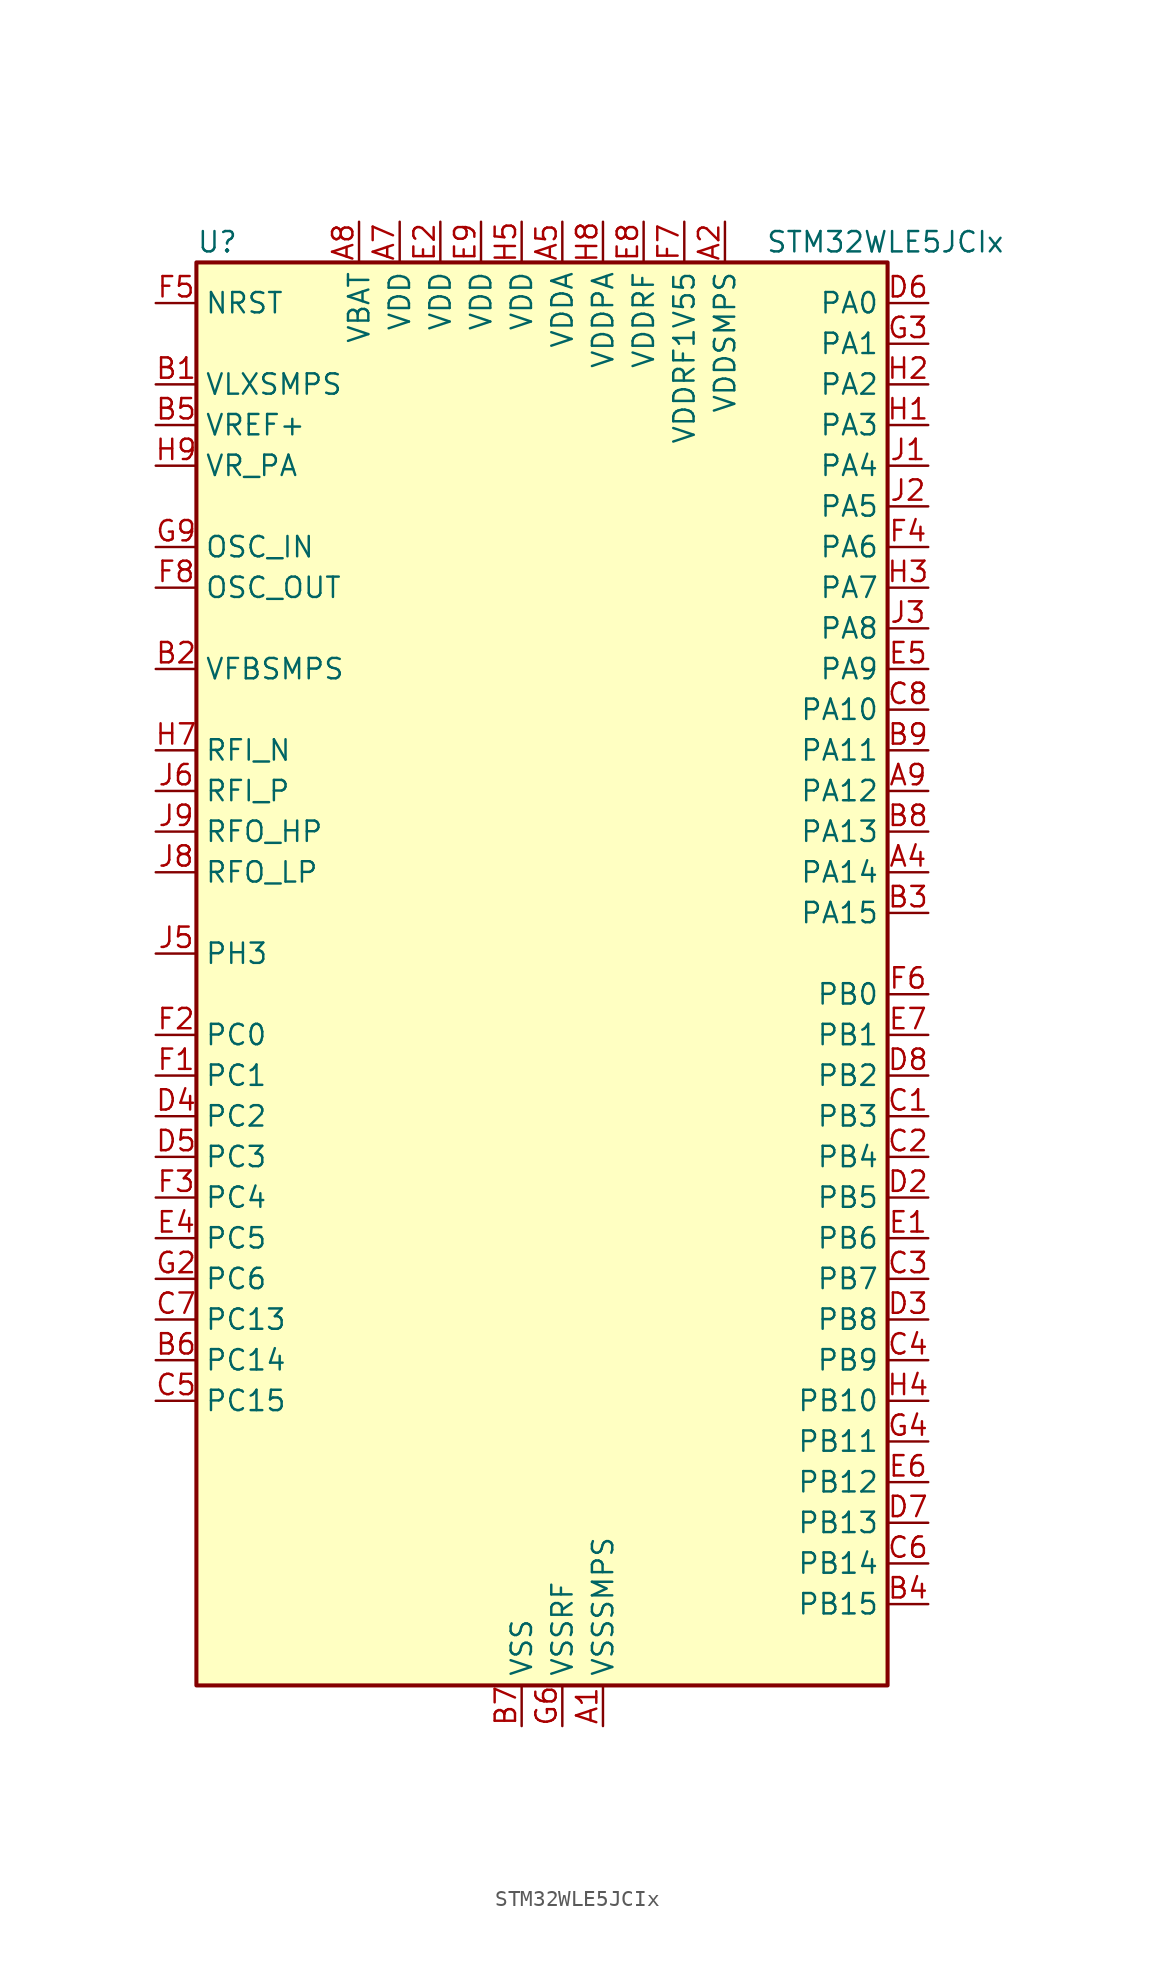
<source format=kicad_sym>
(kicad_symbol_lib
  (version 20231120)
  (generator "kicad_symbol_editor")
  (generator_version "8.0")
  (symbol "STM32WLE5JCIx"
    (property "Reference" "U"
      (at -20.32 46.99 0)
      (effects (font (size 1.27 1.27)) (justify left)))
    (property "Value" "STM32WLE5JCIx"
      (at 15.24 46.99 0)
      (effects (font (size 1.27 1.27)) (justify left)))
    (property "ki_locked" ""
      (at 0 0 0)
      (effects (font (size 1.27 1.27))))
    (symbol "STM32WLE5JCIx_0_1"
      (rectangle (start -20.32 -43.18) (end 22.86 45.72) (stroke (width 0.254) (type default)) (fill (type background))))
    (symbol "STM32WLE5JCIx_1_1"
      (pin power_in line (at 5.08 -45.72 90) (length 2.54) (name "VSSSMPS" (effects (font (size 1.27 1.27)))) (number "A1" (effects (font (size 1.27 1.27)))))
      (pin power_in line (at 12.7 48.26 270) (length 2.54) (name "VDDSMPS" (effects (font (size 1.27 1.27)))) (number "A2" (effects (font (size 1.27 1.27)))))
      (pin bidirectional line (at 25.4 7.62 180) (length 2.54) (name "PA14" (effects (font (size 1.27 1.27)))) (number "A4" (effects (font (size 1.27 1.27)))) (alternate "ADC_IN10" bidirectional line) (alternate "DEBUG_JTCK-SWCLK" bidirectional line) (alternate "I2C1_SMBA" bidirectional line) (alternate "LPTIM1_OUT" bidirectional line))
      (pin power_in line (at 2.54 48.26 270) (length 2.54) (name "VDDA" (effects (font (size 1.27 1.27)))) (number "A5" (effects (font (size 1.27 1.27)))))
      (pin power_in line (at -7.62 48.26 270) (length 2.54) (name "VDD" (effects (font (size 1.27 1.27)))) (number "A7" (effects (font (size 1.27 1.27)))))
      (pin power_in line (at -10.16 48.26 270) (length 2.54) (name "VBAT" (effects (font (size 1.27 1.27)))) (number "A8" (effects (font (size 1.27 1.27)))))
      (pin bidirectional line (at 25.4 12.7 180) (length 2.54) (name "PA12" (effects (font (size 1.27 1.27)))) (number "A9" (effects (font (size 1.27 1.27)))) (alternate "ADC_IN8" bidirectional line) (alternate "DEBUG_RF-BUSY" bidirectional line) (alternate "I2C2_SCL" bidirectional line) (alternate "LPTIM3_IN1" bidirectional line) (alternate "SPI1_MOSI" bidirectional line) (alternate "TIM1_ETR" bidirectional line) (alternate "USART1_DE" bidirectional line) (alternate "USART1_RTS" bidirectional line))
      (pin power_in line (at -22.86 38.1 0) (length 2.54) (name "VLXSMPS" (effects (font (size 1.27 1.27)))) (number "B1" (effects (font (size 1.27 1.27)))))
      (pin input line (at -22.86 20.32 0) (length 2.54) (name "VFBSMPS" (effects (font (size 1.27 1.27)))) (number "B2" (effects (font (size 1.27 1.27)))))
      (pin bidirectional line (at 25.4 5.08 180) (length 2.54) (name "PA15" (effects (font (size 1.27 1.27)))) (number "B3" (effects (font (size 1.27 1.27)))) (alternate "ADC_IN11" bidirectional line) (alternate "COMP1_INM" bidirectional line) (alternate "COMP2_INP" bidirectional line) (alternate "DEBUG_JTDI" bidirectional line) (alternate "I2C2_SDA" bidirectional line) (alternate "SPI1_NSS" bidirectional line) (alternate "TIM2_CH1" bidirectional line) (alternate "TIM2_ETR" bidirectional line))
      (pin bidirectional line (at 25.4 -38.1 180) (length 2.54) (name "PB15" (effects (font (size 1.27 1.27)))) (number "B4" (effects (font (size 1.27 1.27)))) (alternate "I2C2_SCL" bidirectional line) (alternate "I2S2_SD" bidirectional line) (alternate "SPI2_MOSI" bidirectional line) (alternate "TIM1_CH3N" bidirectional line))
      (pin input line (at -22.86 35.56 0) (length 2.54) (name "VREF+" (effects (font (size 1.27 1.27)))) (number "B5" (effects (font (size 1.27 1.27)))) (alternate "VREFBUF_OUT" bidirectional line))
      (pin bidirectional line (at -22.86 -22.86 0) (length 2.54) (name "PC14" (effects (font (size 1.27 1.27)))) (number "B6" (effects (font (size 1.27 1.27)))) (alternate "RCC_OSC32_IN" bidirectional line))
      (pin power_in line (at 0 -45.72 90) (length 2.54) (name "VSS" (effects (font (size 1.27 1.27)))) (number "B7" (effects (font (size 1.27 1.27)))))
      (pin bidirectional line (at 25.4 10.16 180) (length 2.54) (name "PA13" (effects (font (size 1.27 1.27)))) (number "B8" (effects (font (size 1.27 1.27)))) (alternate "ADC_IN9" bidirectional line) (alternate "DEBUG_JTMS-SWDIO" bidirectional line) (alternate "I2C2_SMBA" bidirectional line) (alternate "IR_OUT" bidirectional line))
      (pin bidirectional line (at 25.4 15.24 180) (length 2.54) (name "PA11" (effects (font (size 1.27 1.27)))) (number "B9" (effects (font (size 1.27 1.27)))) (alternate "ADC_EXTI11" bidirectional line) (alternate "ADC_IN7" bidirectional line) (alternate "COMP1_INM" bidirectional line) (alternate "COMP2_INM" bidirectional line) (alternate "DEBUG_RF-NRESET" bidirectional line) (alternate "I2C2_SDA" bidirectional line) (alternate "LPTIM3_ETR" bidirectional line) (alternate "SPI1_MISO" bidirectional line) (alternate "TIM1_BKIN2" bidirectional line) (alternate "TIM1_CH4" bidirectional line) (alternate "USART1_CTS" bidirectional line) (alternate "USART1_NSS" bidirectional line))
      (pin bidirectional line (at 25.4 -7.62 180) (length 2.54) (name "PB3" (effects (font (size 1.27 1.27)))) (number "C1" (effects (font (size 1.27 1.27)))) (alternate "ADC_IN2" bidirectional line) (alternate "COMP1_INM" bidirectional line) (alternate "COMP2_INM" bidirectional line) (alternate "DEBUG_JTDO-SWO" bidirectional line) (alternate "DEBUG_RF-DTB1" bidirectional line) (alternate "PWR_WKUP3" bidirectional line) (alternate "RTC_TAMP_IN3" bidirectional line) (alternate "SPI1_SCK" bidirectional line) (alternate "TIM2_CH2" bidirectional line) (alternate "USART1_DE" bidirectional line) (alternate "USART1_RTS" bidirectional line))
      (pin bidirectional line (at 25.4 -10.16 180) (length 2.54) (name "PB4" (effects (font (size 1.27 1.27)))) (number "C2" (effects (font (size 1.27 1.27)))) (alternate "ADC_IN3" bidirectional line) (alternate "COMP1_INP" bidirectional line) (alternate "COMP2_INP" bidirectional line) (alternate "DEBUG_JTRST" bidirectional line) (alternate "DEBUG_RF-LDORDY" bidirectional line) (alternate "I2C3_SDA" bidirectional line) (alternate "SPI1_MISO" bidirectional line) (alternate "TIM17_BKIN" bidirectional line) (alternate "USART1_CTS" bidirectional line) (alternate "USART1_NSS" bidirectional line))
      (pin bidirectional line (at 25.4 -17.78 180) (length 2.54) (name "PB7" (effects (font (size 1.27 1.27)))) (number "C3" (effects (font (size 1.27 1.27)))) (alternate "I2C1_SDA" bidirectional line) (alternate "LPTIM1_IN2" bidirectional line) (alternate "PWR_PVD_IN" bidirectional line) (alternate "TIM17_CH1N" bidirectional line) (alternate "TIM1_BKIN" bidirectional line) (alternate "USART1_RX" bidirectional line))
      (pin bidirectional line (at 25.4 -22.86 180) (length 2.54) (name "PB9" (effects (font (size 1.27 1.27)))) (number "C4" (effects (font (size 1.27 1.27)))) (alternate "DAC_EXTI9" bidirectional line) (alternate "I2C1_SDA" bidirectional line) (alternate "I2S2_WS" bidirectional line) (alternate "IR_OUT" bidirectional line) (alternate "SPI2_NSS" bidirectional line) (alternate "TIM17_CH1" bidirectional line) (alternate "TIM1_CH3N" bidirectional line))
      (pin bidirectional line (at -22.86 -25.4 0) (length 2.54) (name "PC15" (effects (font (size 1.27 1.27)))) (number "C5" (effects (font (size 1.27 1.27)))) (alternate "RCC_OSC32_OUT" bidirectional line))
      (pin bidirectional line (at 25.4 -35.56 180) (length 2.54) (name "PB14" (effects (font (size 1.27 1.27)))) (number "C6" (effects (font (size 1.27 1.27)))) (alternate "ADC_IN1" bidirectional line) (alternate "I2C3_SDA" bidirectional line) (alternate "I2S2_MCK" bidirectional line) (alternate "SPI2_MISO" bidirectional line) (alternate "TIM1_CH2N" bidirectional line))
      (pin bidirectional line (at -22.86 -20.32 0) (length 2.54) (name "PC13" (effects (font (size 1.27 1.27)))) (number "C7" (effects (font (size 1.27 1.27)))) (alternate "PWR_WKUP2" bidirectional line) (alternate "RTC_OUT1" bidirectional line) (alternate "RTC_TAMP_IN1" bidirectional line) (alternate "RTC_TS" bidirectional line))
      (pin bidirectional line (at 25.4 17.78 180) (length 2.54) (name "PA10" (effects (font (size 1.27 1.27)))) (number "C8" (effects (font (size 1.27 1.27)))) (alternate "ADC_IN6" bidirectional line) (alternate "COMP1_INM" bidirectional line) (alternate "COMP2_INM" bidirectional line) (alternate "DAC_OUT1" bidirectional line) (alternate "DEBUG_RF-HSE32RDY" bidirectional line) (alternate "I2C1_SDA" bidirectional line) (alternate "I2S2_SD" bidirectional line) (alternate "RTC_REFIN" bidirectional line) (alternate "SPI2_MOSI" bidirectional line) (alternate "TIM17_BKIN" bidirectional line) (alternate "TIM1_CH3" bidirectional line) (alternate "USART1_RX" bidirectional line))
      (pin bidirectional line (at 25.4 -12.7 180) (length 2.54) (name "PB5" (effects (font (size 1.27 1.27)))) (number "D2" (effects (font (size 1.27 1.27)))) (alternate "COMP2_OUT" bidirectional line) (alternate "I2C1_SMBA" bidirectional line) (alternate "LPTIM1_IN1" bidirectional line) (alternate "SPI1_MOSI" bidirectional line) (alternate "TIM16_BKIN" bidirectional line) (alternate "USART1_CK" bidirectional line))
      (pin bidirectional line (at 25.4 -20.32 180) (length 2.54) (name "PB8" (effects (font (size 1.27 1.27)))) (number "D3" (effects (font (size 1.27 1.27)))) (alternate "I2C1_SCL" bidirectional line) (alternate "TIM16_CH1" bidirectional line) (alternate "TIM1_CH2N" bidirectional line))
      (pin bidirectional line (at -22.86 -7.62 0) (length 2.54) (name "PC2" (effects (font (size 1.27 1.27)))) (number "D4" (effects (font (size 1.27 1.27)))) (alternate "LPTIM1_IN2" bidirectional line) (alternate "SPI2_MISO" bidirectional line))
      (pin bidirectional line (at -22.86 -10.16 0) (length 2.54) (name "PC3" (effects (font (size 1.27 1.27)))) (number "D5" (effects (font (size 1.27 1.27)))) (alternate "I2S2_SD" bidirectional line) (alternate "LPTIM1_ETR" bidirectional line) (alternate "LPTIM2_ETR" bidirectional line) (alternate "SPI2_MOSI" bidirectional line))
      (pin bidirectional line (at 25.4 43.18 180) (length 2.54) (name "PA0" (effects (font (size 1.27 1.27)))) (number "D6" (effects (font (size 1.27 1.27)))) (alternate "COMP1_OUT" bidirectional line) (alternate "DEBUG_PWR-REGLP1S" bidirectional line) (alternate "I2C3_SMBA" bidirectional line) (alternate "I2S_CKIN" bidirectional line) (alternate "PWR_WKUP1" bidirectional line) (alternate "RTC_TAMP_IN2" bidirectional line) (alternate "TIM2_CH1" bidirectional line) (alternate "TIM2_ETR" bidirectional line) (alternate "USART2_CTS" bidirectional line) (alternate "USART2_NSS" bidirectional line))
      (pin bidirectional line (at 25.4 -33.02 180) (length 2.54) (name "PB13" (effects (font (size 1.27 1.27)))) (number "D7" (effects (font (size 1.27 1.27)))) (alternate "ADC_IN0" bidirectional line) (alternate "I2C3_SCL" bidirectional line) (alternate "I2S2_CK" bidirectional line) (alternate "LPUART1_CTS" bidirectional line) (alternate "SPI2_SCK" bidirectional line) (alternate "TIM1_CH1N" bidirectional line))
      (pin bidirectional line (at 25.4 -5.08 180) (length 2.54) (name "PB2" (effects (font (size 1.27 1.27)))) (number "D8" (effects (font (size 1.27 1.27)))) (alternate "ADC_IN4" bidirectional line) (alternate "COMP1_INP" bidirectional line) (alternate "COMP2_INM" bidirectional line) (alternate "DEBUG_RF-SMPSRDY" bidirectional line) (alternate "I2C3_SMBA" bidirectional line) (alternate "LPTIM1_OUT" bidirectional line) (alternate "SPI1_NSS" bidirectional line))
      (pin passive line (at 0 -45.72 90) (length 2.54) hide (name "VSS" (effects (font (size 1.27 1.27)))) (number "D9" (effects (font (size 1.27 1.27)))))
      (pin bidirectional line (at 25.4 -15.24 180) (length 2.54) (name "PB6" (effects (font (size 1.27 1.27)))) (number "E1" (effects (font (size 1.27 1.27)))) (alternate "I2C1_SCL" bidirectional line) (alternate "LPTIM1_ETR" bidirectional line) (alternate "TIM16_CH1N" bidirectional line) (alternate "USART1_TX" bidirectional line))
      (pin power_in line (at -5.08 48.26 270) (length 2.54) (name "VDD" (effects (font (size 1.27 1.27)))) (number "E2" (effects (font (size 1.27 1.27)))))
      (pin passive line (at 0 -45.72 90) (length 2.54) hide (name "VSS" (effects (font (size 1.27 1.27)))) (number "E3" (effects (font (size 1.27 1.27)))))
      (pin bidirectional line (at -22.86 -15.24 0) (length 2.54) (name "PC5" (effects (font (size 1.27 1.27)))) (number "E4" (effects (font (size 1.27 1.27)))))
      (pin bidirectional line (at 25.4 20.32 180) (length 2.54) (name "PA9" (effects (font (size 1.27 1.27)))) (number "E5" (effects (font (size 1.27 1.27)))) (alternate "DAC_EXTI9" bidirectional line) (alternate "I2C1_SCL" bidirectional line) (alternate "I2S2_CK" bidirectional line) (alternate "I2S2_WS" bidirectional line) (alternate "SPI2_NSS" bidirectional line) (alternate "SPI2_SCK" bidirectional line) (alternate "TIM1_CH2" bidirectional line) (alternate "USART1_TX" bidirectional line))
      (pin bidirectional line (at 25.4 -30.48 180) (length 2.54) (name "PB12" (effects (font (size 1.27 1.27)))) (number "E6" (effects (font (size 1.27 1.27)))) (alternate "I2C3_SMBA" bidirectional line) (alternate "I2S2_WS" bidirectional line) (alternate "LPUART1_RTS" bidirectional line) (alternate "SPI2_NSS" bidirectional line) (alternate "TIM1_BKIN" bidirectional line))
      (pin bidirectional line (at 25.4 -2.54 180) (length 2.54) (name "PB1" (effects (font (size 1.27 1.27)))) (number "E7" (effects (font (size 1.27 1.27)))) (alternate "ADC_IN5" bidirectional line) (alternate "COMP2_INP" bidirectional line) (alternate "LPTIM2_IN1" bidirectional line) (alternate "LPUART1_DE" bidirectional line) (alternate "LPUART1_RTS" bidirectional line))
      (pin power_in line (at 7.62 48.26 270) (length 2.54) (name "VDDRF" (effects (font (size 1.27 1.27)))) (number "E8" (effects (font (size 1.27 1.27)))))
      (pin power_in line (at -2.54 48.26 270) (length 2.54) (name "VDD" (effects (font (size 1.27 1.27)))) (number "E9" (effects (font (size 1.27 1.27)))))
      (pin bidirectional line (at -22.86 -5.08 0) (length 2.54) (name "PC1" (effects (font (size 1.27 1.27)))) (number "F1" (effects (font (size 1.27 1.27)))) (alternate "I2C3_SDA" bidirectional line) (alternate "I2S2_SD" bidirectional line) (alternate "LPTIM1_OUT" bidirectional line) (alternate "LPUART1_TX" bidirectional line) (alternate "SPI2_MOSI" bidirectional line))
      (pin bidirectional line (at -22.86 -2.54 0) (length 2.54) (name "PC0" (effects (font (size 1.27 1.27)))) (number "F2" (effects (font (size 1.27 1.27)))) (alternate "I2C3_SCL" bidirectional line) (alternate "LPTIM1_IN1" bidirectional line) (alternate "LPTIM2_IN1" bidirectional line) (alternate "LPUART1_RX" bidirectional line))
      (pin bidirectional line (at -22.86 -12.7 0) (length 2.54) (name "PC4" (effects (font (size 1.27 1.27)))) (number "F3" (effects (font (size 1.27 1.27)))))
      (pin bidirectional line (at 25.4 27.94 180) (length 2.54) (name "PA6" (effects (font (size 1.27 1.27)))) (number "F4" (effects (font (size 1.27 1.27)))) (alternate "DEBUG_SUBGHZSPI-MISOOUT" bidirectional line) (alternate "I2C2_SMBA" bidirectional line) (alternate "LPUART1_CTS" bidirectional line) (alternate "SPI1_MISO" bidirectional line) (alternate "TIM16_CH1" bidirectional line) (alternate "TIM1_BKIN" bidirectional line))
      (pin input line (at -22.86 43.18 0) (length 2.54) (name "NRST" (effects (font (size 1.27 1.27)))) (number "F5" (effects (font (size 1.27 1.27)))))
      (pin bidirectional line (at 25.4 0 180) (length 2.54) (name "PB0" (effects (font (size 1.27 1.27)))) (number "F6" (effects (font (size 1.27 1.27)))) (alternate "COMP1_OUT" bidirectional line) (alternate "VDDTCXO" bidirectional line))
      (pin power_in line (at 10.16 48.26 270) (length 2.54) (name "VDDRF1V55" (effects (font (size 1.27 1.27)))) (number "F7" (effects (font (size 1.27 1.27)))))
      (pin input line (at -22.86 25.4 0) (length 2.54) (name "OSC_OUT" (effects (font (size 1.27 1.27)))) (number "F8" (effects (font (size 1.27 1.27)))) (alternate "RCC_OSC_OUT" bidirectional line))
      (pin bidirectional line (at -22.86 -17.78 0) (length 2.54) (name "PC6" (effects (font (size 1.27 1.27)))) (number "G2" (effects (font (size 1.27 1.27)))) (alternate "I2S2_MCK" bidirectional line))
      (pin bidirectional line (at 25.4 40.64 180) (length 2.54) (name "PA1" (effects (font (size 1.27 1.27)))) (number "G3" (effects (font (size 1.27 1.27)))) (alternate "DEBUG_PWR-REGLP2S" bidirectional line) (alternate "I2C1_SMBA" bidirectional line) (alternate "LPTIM3_OUT" bidirectional line) (alternate "LPUART1_RTS" bidirectional line) (alternate "SPI1_SCK" bidirectional line) (alternate "TIM2_CH2" bidirectional line) (alternate "USART2_DE" bidirectional line) (alternate "USART2_RTS" bidirectional line))
      (pin bidirectional line (at 25.4 -27.94 180) (length 2.54) (name "PB11" (effects (font (size 1.27 1.27)))) (number "G4" (effects (font (size 1.27 1.27)))) (alternate "ADC_EXTI11" bidirectional line) (alternate "COMP2_OUT" bidirectional line) (alternate "I2C3_SDA" bidirectional line) (alternate "LPUART1_TX" bidirectional line) (alternate "TIM2_CH4" bidirectional line))
      (pin passive line (at 0 -45.72 90) (length 2.54) hide (name "VSS" (effects (font (size 1.27 1.27)))) (number "G5" (effects (font (size 1.27 1.27)))))
      (pin power_in line (at 2.54 -45.72 90) (length 2.54) (name "VSSRF" (effects (font (size 1.27 1.27)))) (number "G6" (effects (font (size 1.27 1.27)))))
      (pin passive line (at 2.54 -45.72 90) (length 2.54) hide (name "VSSRF" (effects (font (size 1.27 1.27)))) (number "G7" (effects (font (size 1.27 1.27)))))
      (pin passive line (at 2.54 -45.72 90) (length 2.54) hide (name "VSSRF" (effects (font (size 1.27 1.27)))) (number "G8" (effects (font (size 1.27 1.27)))))
      (pin input line (at -22.86 27.94 0) (length 2.54) (name "OSC_IN" (effects (font (size 1.27 1.27)))) (number "G9" (effects (font (size 1.27 1.27)))) (alternate "RCC_OSC_IN" bidirectional line))
      (pin bidirectional line (at 25.4 35.56 180) (length 2.54) (name "PA3" (effects (font (size 1.27 1.27)))) (number "H1" (effects (font (size 1.27 1.27)))) (alternate "I2S2_MCK" bidirectional line) (alternate "LPUART1_RX" bidirectional line) (alternate "TIM2_CH4" bidirectional line) (alternate "USART2_RX" bidirectional line))
      (pin bidirectional line (at 25.4 38.1 180) (length 2.54) (name "PA2" (effects (font (size 1.27 1.27)))) (number "H2" (effects (font (size 1.27 1.27)))) (alternate "COMP2_OUT" bidirectional line) (alternate "DEBUG_PWR-LDORDY" bidirectional line) (alternate "LPUART1_TX" bidirectional line) (alternate "RCC_LSCO" bidirectional line) (alternate "TIM2_CH3" bidirectional line) (alternate "USART2_TX" bidirectional line))
      (pin bidirectional line (at 25.4 25.4 180) (length 2.54) (name "PA7" (effects (font (size 1.27 1.27)))) (number "H3" (effects (font (size 1.27 1.27)))) (alternate "COMP2_OUT" bidirectional line) (alternate "DEBUG_SUBGHZSPI-MOSIOUT" bidirectional line) (alternate "I2C3_SCL" bidirectional line) (alternate "SPI1_MOSI" bidirectional line) (alternate "TIM17_CH1" bidirectional line) (alternate "TIM1_CH1N" bidirectional line))
      (pin bidirectional line (at 25.4 -25.4 180) (length 2.54) (name "PB10" (effects (font (size 1.27 1.27)))) (number "H4" (effects (font (size 1.27 1.27)))) (alternate "COMP1_OUT" bidirectional line) (alternate "I2C3_SCL" bidirectional line) (alternate "I2S2_CK" bidirectional line) (alternate "LPUART1_RX" bidirectional line) (alternate "SPI2_SCK" bidirectional line) (alternate "TIM2_CH3" bidirectional line))
      (pin power_in line (at 0 48.26 270) (length 2.54) (name "VDD" (effects (font (size 1.27 1.27)))) (number "H5" (effects (font (size 1.27 1.27)))))
      (pin passive line (at 2.54 -45.72 90) (length 2.54) hide (name "VSSRF" (effects (font (size 1.27 1.27)))) (number "H6" (effects (font (size 1.27 1.27)))))
      (pin bidirectional line (at -22.86 15.24 0) (length 2.54) (name "RFI_N" (effects (font (size 1.27 1.27)))) (number "H7" (effects (font (size 1.27 1.27)))))
      (pin power_in line (at 5.08 48.26 270) (length 2.54) (name "VDDPA" (effects (font (size 1.27 1.27)))) (number "H8" (effects (font (size 1.27 1.27)))))
      (pin power_in line (at -22.86 33.02 0) (length 2.54) (name "VR_PA" (effects (font (size 1.27 1.27)))) (number "H9" (effects (font (size 1.27 1.27)))))
      (pin bidirectional line (at 25.4 33.02 180) (length 2.54) (name "PA4" (effects (font (size 1.27 1.27)))) (number "J1" (effects (font (size 1.27 1.27)))) (alternate "DEBUG_SUBGHZSPI-NSSOUT" bidirectional line) (alternate "LPTIM1_OUT" bidirectional line) (alternate "LPTIM2_OUT" bidirectional line) (alternate "RTC_OUT2" bidirectional line) (alternate "SPI1_NSS" bidirectional line) (alternate "USART2_CK" bidirectional line))
      (pin bidirectional line (at 25.4 30.48 180) (length 2.54) (name "PA5" (effects (font (size 1.27 1.27)))) (number "J2" (effects (font (size 1.27 1.27)))) (alternate "DEBUG_SUBGHZSPI-SCKOUT" bidirectional line) (alternate "LPTIM2_ETR" bidirectional line) (alternate "SPI1_SCK" bidirectional line) (alternate "SPI2_MISO" bidirectional line) (alternate "TIM2_CH1" bidirectional line) (alternate "TIM2_ETR" bidirectional line))
      (pin bidirectional line (at 25.4 22.86 180) (length 2.54) (name "PA8" (effects (font (size 1.27 1.27)))) (number "J3" (effects (font (size 1.27 1.27)))) (alternate "I2S2_CK" bidirectional line) (alternate "LPTIM2_OUT" bidirectional line) (alternate "RCC_MCO" bidirectional line) (alternate "SPI2_SCK" bidirectional line) (alternate "TIM1_CH1" bidirectional line) (alternate "USART1_CK" bidirectional line))
      (pin bidirectional line (at -22.86 2.54 0) (length 2.54) (name "PH3" (effects (font (size 1.27 1.27)))) (number "J5" (effects (font (size 1.27 1.27)))))
      (pin bidirectional line (at -22.86 12.7 0) (length 2.54) (name "RFI_P" (effects (font (size 1.27 1.27)))) (number "J6" (effects (font (size 1.27 1.27)))))
      (pin bidirectional line (at -22.86 7.62 0) (length 2.54) (name "RFO_LP" (effects (font (size 1.27 1.27)))) (number "J8" (effects (font (size 1.27 1.27)))))
      (pin bidirectional line (at -22.86 10.16 0) (length 2.54) (name "RFO_HP" (effects (font (size 1.27 1.27)))) (number "J9" (effects (font (size 1.27 1.27))))))))
</source>
